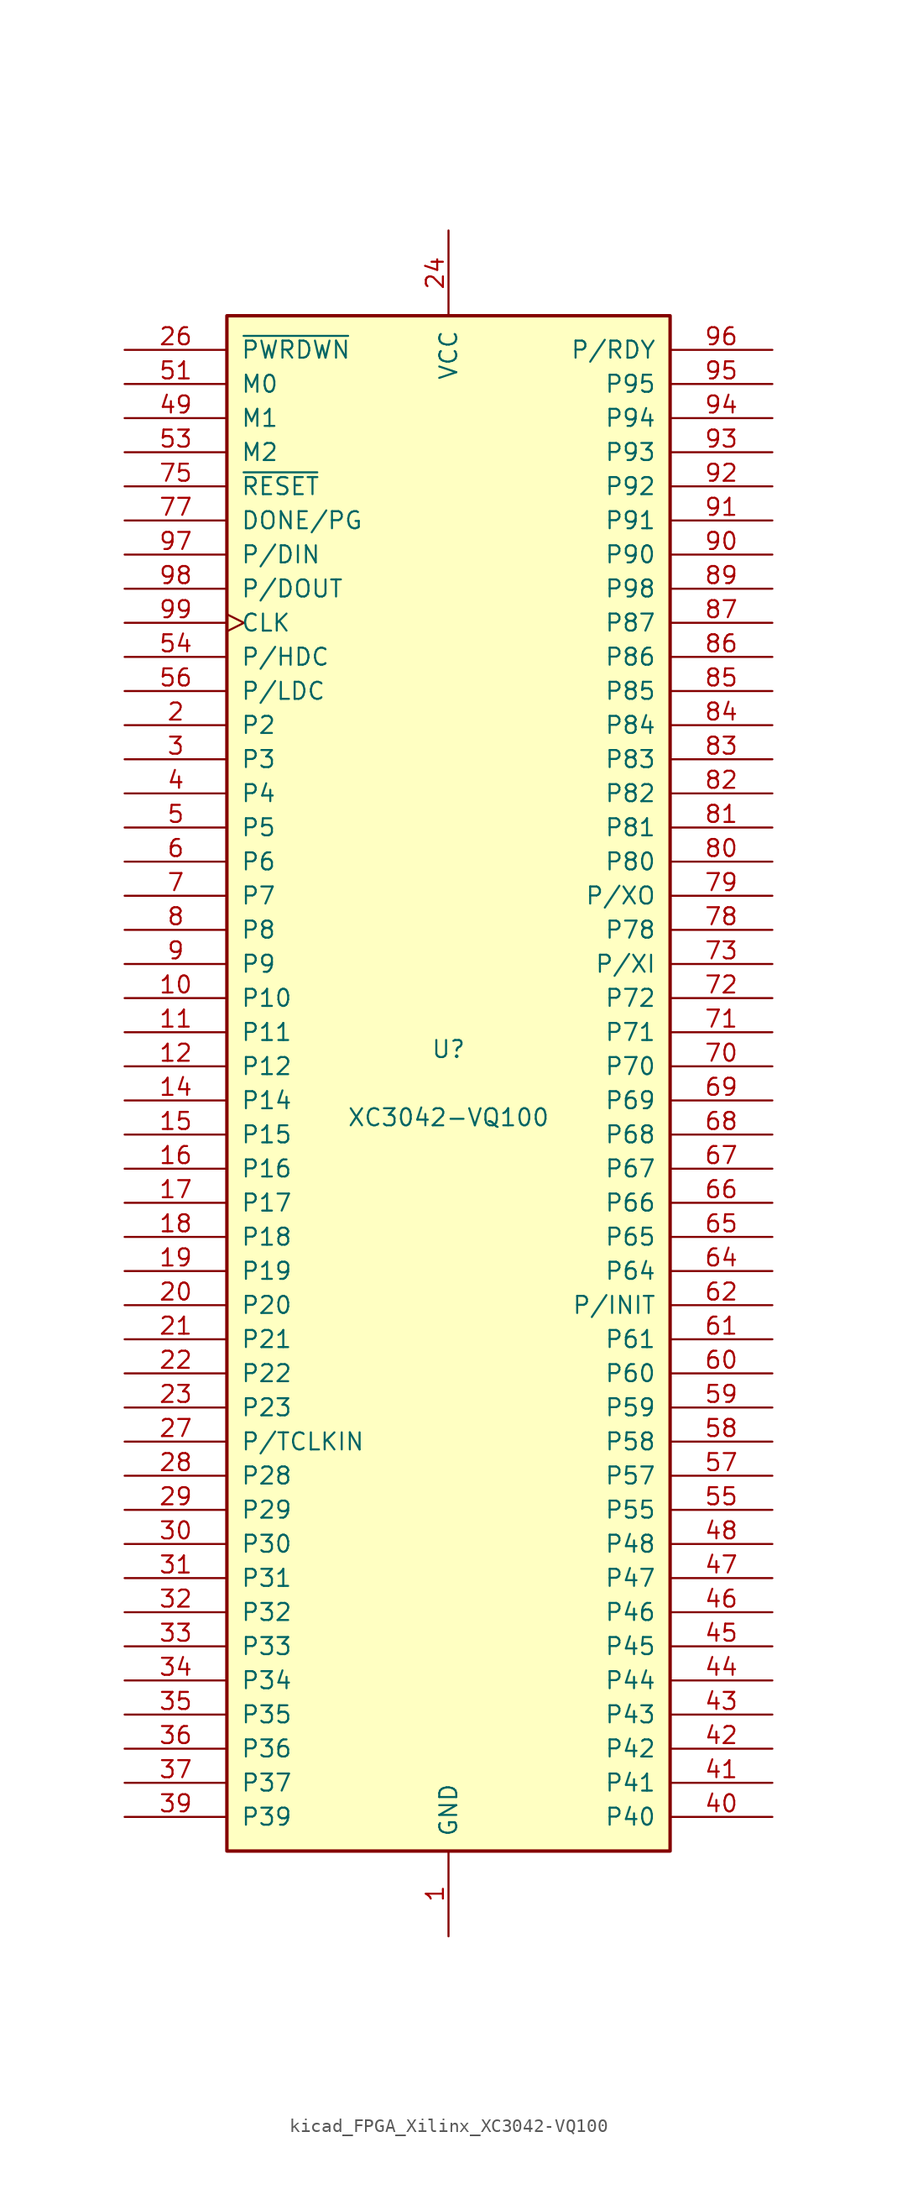
<source format=kicad_sym>
(kicad_symbol_lib
  (version 20220914)
  (generator kicad_symbol_editor)
  (symbol "kicad_FPGA_Xilinx_XC3042-VQ100"
    (pin_names
      (offset 1.016))
    (property "Reference" "U"
      (at 0 2.54 0)
      (effects (font (size 1.27 1.27))))
    (property "Value" "XC3042-VQ100"
      (at 0 -2.54 0)
      (effects (font (size 1.27 1.27))))
    (symbol "kicad_FPGA_Xilinx_XC3042-VQ100_0_1"
      (rectangle (start -16.51 -57.15) (end 16.51 57.15) (stroke (width 0.254) (type default)) (fill (type background))))
    (symbol "kicad_FPGA_Xilinx_XC3042-VQ100_1_1"
      (pin power_in line (at 0 -63.5 90) (length 6.35) (name "GND" (effects (font (size 1.27 1.27)))) (number "1" (effects (font (size 1.27 1.27)))))
      (pin passive line (at -24.13 6.35 0) (length 7.62) (name "P10" (effects (font (size 1.27 1.27)))) (number "10" (effects (font (size 1.27 1.27)))))
      (pin passive line (at 0 63.5 270) (length 6.35) hide (name "VCC" (effects (font (size 1.27 1.27)))) (number "100" (effects (font (size 1.27 1.27)))))
      (pin passive line (at -24.13 3.81 0) (length 7.62) (name "P11" (effects (font (size 1.27 1.27)))) (number "11" (effects (font (size 1.27 1.27)))))
      (pin passive line (at -24.13 1.27 0) (length 7.62) (name "P12" (effects (font (size 1.27 1.27)))) (number "12" (effects (font (size 1.27 1.27)))))
      (pin passive line (at 0 -63.5 90) (length 6.35) hide (name "GND" (effects (font (size 1.27 1.27)))) (number "13" (effects (font (size 1.27 1.27)))))
      (pin passive line (at -24.13 -1.27 0) (length 7.62) (name "P14" (effects (font (size 1.27 1.27)))) (number "14" (effects (font (size 1.27 1.27)))))
      (pin passive line (at -24.13 -3.81 0) (length 7.62) (name "P15" (effects (font (size 1.27 1.27)))) (number "15" (effects (font (size 1.27 1.27)))))
      (pin passive line (at -24.13 -6.35 0) (length 7.62) (name "P16" (effects (font (size 1.27 1.27)))) (number "16" (effects (font (size 1.27 1.27)))))
      (pin passive line (at -24.13 -8.89 0) (length 7.62) (name "P17" (effects (font (size 1.27 1.27)))) (number "17" (effects (font (size 1.27 1.27)))))
      (pin passive line (at -24.13 -11.43 0) (length 7.62) (name "P18" (effects (font (size 1.27 1.27)))) (number "18" (effects (font (size 1.27 1.27)))))
      (pin passive line (at -24.13 -13.97 0) (length 7.62) (name "P19" (effects (font (size 1.27 1.27)))) (number "19" (effects (font (size 1.27 1.27)))))
      (pin passive line (at -24.13 26.67 0) (length 7.62) (name "P2" (effects (font (size 1.27 1.27)))) (number "2" (effects (font (size 1.27 1.27)))))
      (pin passive line (at -24.13 -16.51 0) (length 7.62) (name "P20" (effects (font (size 1.27 1.27)))) (number "20" (effects (font (size 1.27 1.27)))))
      (pin passive line (at -24.13 -19.05 0) (length 7.62) (name "P21" (effects (font (size 1.27 1.27)))) (number "21" (effects (font (size 1.27 1.27)))))
      (pin passive line (at -24.13 -21.59 0) (length 7.62) (name "P22" (effects (font (size 1.27 1.27)))) (number "22" (effects (font (size 1.27 1.27)))))
      (pin passive line (at -24.13 -24.13 0) (length 7.62) (name "P23" (effects (font (size 1.27 1.27)))) (number "23" (effects (font (size 1.27 1.27)))))
      (pin power_in line (at 0 63.5 270) (length 6.35) (name "VCC" (effects (font (size 1.27 1.27)))) (number "24" (effects (font (size 1.27 1.27)))))
      (pin passive line (at 0 -63.5 90) (length 6.35) hide (name "GND" (effects (font (size 1.27 1.27)))) (number "25" (effects (font (size 1.27 1.27)))))
      (pin input line (at -24.13 54.61 0) (length 7.62) (name "~{PWRDWN}" (effects (font (size 1.27 1.27)))) (number "26" (effects (font (size 1.27 1.27)))))
      (pin passive line (at -24.13 -26.67 0) (length 7.62) (name "P/TCLKIN" (effects (font (size 1.27 1.27)))) (number "27" (effects (font (size 1.27 1.27)))))
      (pin passive line (at -24.13 -29.21 0) (length 7.62) (name "P28" (effects (font (size 1.27 1.27)))) (number "28" (effects (font (size 1.27 1.27)))))
      (pin passive line (at -24.13 -31.75 0) (length 7.62) (name "P29" (effects (font (size 1.27 1.27)))) (number "29" (effects (font (size 1.27 1.27)))))
      (pin passive line (at -24.13 24.13 0) (length 7.62) (name "P3" (effects (font (size 1.27 1.27)))) (number "3" (effects (font (size 1.27 1.27)))))
      (pin passive line (at -24.13 -34.29 0) (length 7.62) (name "P30" (effects (font (size 1.27 1.27)))) (number "30" (effects (font (size 1.27 1.27)))))
      (pin passive line (at -24.13 -36.83 0) (length 7.62) (name "P31" (effects (font (size 1.27 1.27)))) (number "31" (effects (font (size 1.27 1.27)))))
      (pin passive line (at -24.13 -39.37 0) (length 7.62) (name "P32" (effects (font (size 1.27 1.27)))) (number "32" (effects (font (size 1.27 1.27)))))
      (pin passive line (at -24.13 -41.91 0) (length 7.62) (name "P33" (effects (font (size 1.27 1.27)))) (number "33" (effects (font (size 1.27 1.27)))))
      (pin passive line (at -24.13 -44.45 0) (length 7.62) (name "P34" (effects (font (size 1.27 1.27)))) (number "34" (effects (font (size 1.27 1.27)))))
      (pin passive line (at -24.13 -46.99 0) (length 7.62) (name "P35" (effects (font (size 1.27 1.27)))) (number "35" (effects (font (size 1.27 1.27)))))
      (pin passive line (at -24.13 -49.53 0) (length 7.62) (name "P36" (effects (font (size 1.27 1.27)))) (number "36" (effects (font (size 1.27 1.27)))))
      (pin passive line (at -24.13 -52.07 0) (length 7.62) (name "P37" (effects (font (size 1.27 1.27)))) (number "37" (effects (font (size 1.27 1.27)))))
      (pin passive line (at 0 63.5 270) (length 6.35) hide (name "VCC" (effects (font (size 1.27 1.27)))) (number "38" (effects (font (size 1.27 1.27)))))
      (pin passive line (at -24.13 -54.61 0) (length 7.62) (name "P39" (effects (font (size 1.27 1.27)))) (number "39" (effects (font (size 1.27 1.27)))))
      (pin passive line (at -24.13 21.59 0) (length 7.62) (name "P4" (effects (font (size 1.27 1.27)))) (number "4" (effects (font (size 1.27 1.27)))))
      (pin passive line (at 24.13 -54.61 180) (length 7.62) (name "P40" (effects (font (size 1.27 1.27)))) (number "40" (effects (font (size 1.27 1.27)))))
      (pin passive line (at 24.13 -52.07 180) (length 7.62) (name "P41" (effects (font (size 1.27 1.27)))) (number "41" (effects (font (size 1.27 1.27)))))
      (pin passive line (at 24.13 -49.53 180) (length 7.62) (name "P42" (effects (font (size 1.27 1.27)))) (number "42" (effects (font (size 1.27 1.27)))))
      (pin passive line (at 24.13 -46.99 180) (length 7.62) (name "P43" (effects (font (size 1.27 1.27)))) (number "43" (effects (font (size 1.27 1.27)))))
      (pin passive line (at 24.13 -44.45 180) (length 7.62) (name "P44" (effects (font (size 1.27 1.27)))) (number "44" (effects (font (size 1.27 1.27)))))
      (pin passive line (at 24.13 -41.91 180) (length 7.62) (name "P45" (effects (font (size 1.27 1.27)))) (number "45" (effects (font (size 1.27 1.27)))))
      (pin passive line (at 24.13 -39.37 180) (length 7.62) (name "P46" (effects (font (size 1.27 1.27)))) (number "46" (effects (font (size 1.27 1.27)))))
      (pin passive line (at 24.13 -36.83 180) (length 7.62) (name "P47" (effects (font (size 1.27 1.27)))) (number "47" (effects (font (size 1.27 1.27)))))
      (pin passive line (at 24.13 -34.29 180) (length 7.62) (name "P48" (effects (font (size 1.27 1.27)))) (number "48" (effects (font (size 1.27 1.27)))))
      (pin input line (at -24.13 49.53 0) (length 7.62) (name "M1" (effects (font (size 1.27 1.27)))) (number "49" (effects (font (size 1.27 1.27)))))
      (pin passive line (at -24.13 19.05 0) (length 7.62) (name "P5" (effects (font (size 1.27 1.27)))) (number "5" (effects (font (size 1.27 1.27)))))
      (pin passive line (at 0 -63.5 90) (length 6.35) hide (name "GND" (effects (font (size 1.27 1.27)))) (number "50" (effects (font (size 1.27 1.27)))))
      (pin input line (at -24.13 52.07 0) (length 7.62) (name "M0" (effects (font (size 1.27 1.27)))) (number "51" (effects (font (size 1.27 1.27)))))
      (pin passive line (at 0 63.5 270) (length 6.35) hide (name "VCC" (effects (font (size 1.27 1.27)))) (number "52" (effects (font (size 1.27 1.27)))))
      (pin passive line (at -24.13 46.99 0) (length 7.62) (name "M2" (effects (font (size 1.27 1.27)))) (number "53" (effects (font (size 1.27 1.27)))))
      (pin passive line (at -24.13 31.75 0) (length 7.62) (name "P/HDC" (effects (font (size 1.27 1.27)))) (number "54" (effects (font (size 1.27 1.27)))))
      (pin passive line (at 24.13 -31.75 180) (length 7.62) (name "P55" (effects (font (size 1.27 1.27)))) (number "55" (effects (font (size 1.27 1.27)))))
      (pin passive line (at -24.13 29.21 0) (length 7.62) (name "P/LDC" (effects (font (size 1.27 1.27)))) (number "56" (effects (font (size 1.27 1.27)))))
      (pin passive line (at 24.13 -29.21 180) (length 7.62) (name "P57" (effects (font (size 1.27 1.27)))) (number "57" (effects (font (size 1.27 1.27)))))
      (pin passive line (at 24.13 -26.67 180) (length 7.62) (name "P58" (effects (font (size 1.27 1.27)))) (number "58" (effects (font (size 1.27 1.27)))))
      (pin passive line (at 24.13 -24.13 180) (length 7.62) (name "P59" (effects (font (size 1.27 1.27)))) (number "59" (effects (font (size 1.27 1.27)))))
      (pin passive line (at -24.13 16.51 0) (length 7.62) (name "P6" (effects (font (size 1.27 1.27)))) (number "6" (effects (font (size 1.27 1.27)))))
      (pin passive line (at 24.13 -21.59 180) (length 7.62) (name "P60" (effects (font (size 1.27 1.27)))) (number "60" (effects (font (size 1.27 1.27)))))
      (pin passive line (at 24.13 -19.05 180) (length 7.62) (name "P61" (effects (font (size 1.27 1.27)))) (number "61" (effects (font (size 1.27 1.27)))))
      (pin passive line (at 24.13 -16.51 180) (length 7.62) (name "P/INIT" (effects (font (size 1.27 1.27)))) (number "62" (effects (font (size 1.27 1.27)))))
      (pin passive line (at 0 -63.5 90) (length 6.35) hide (name "GND" (effects (font (size 1.27 1.27)))) (number "63" (effects (font (size 1.27 1.27)))))
      (pin passive line (at 24.13 -13.97 180) (length 7.62) (name "P64" (effects (font (size 1.27 1.27)))) (number "64" (effects (font (size 1.27 1.27)))))
      (pin passive line (at 24.13 -11.43 180) (length 7.62) (name "P65" (effects (font (size 1.27 1.27)))) (number "65" (effects (font (size 1.27 1.27)))))
      (pin passive line (at 24.13 -8.89 180) (length 7.62) (name "P66" (effects (font (size 1.27 1.27)))) (number "66" (effects (font (size 1.27 1.27)))))
      (pin passive line (at 24.13 -6.35 180) (length 7.62) (name "P67" (effects (font (size 1.27 1.27)))) (number "67" (effects (font (size 1.27 1.27)))))
      (pin passive line (at 24.13 -3.81 180) (length 7.62) (name "P68" (effects (font (size 1.27 1.27)))) (number "68" (effects (font (size 1.27 1.27)))))
      (pin passive line (at 24.13 -1.27 180) (length 7.62) (name "P69" (effects (font (size 1.27 1.27)))) (number "69" (effects (font (size 1.27 1.27)))))
      (pin passive line (at -24.13 13.97 0) (length 7.62) (name "P7" (effects (font (size 1.27 1.27)))) (number "7" (effects (font (size 1.27 1.27)))))
      (pin passive line (at 24.13 1.27 180) (length 7.62) (name "P70" (effects (font (size 1.27 1.27)))) (number "70" (effects (font (size 1.27 1.27)))))
      (pin passive line (at 24.13 3.81 180) (length 7.62) (name "P71" (effects (font (size 1.27 1.27)))) (number "71" (effects (font (size 1.27 1.27)))))
      (pin passive line (at 24.13 6.35 180) (length 7.62) (name "P72" (effects (font (size 1.27 1.27)))) (number "72" (effects (font (size 1.27 1.27)))))
      (pin passive line (at 24.13 8.89 180) (length 7.62) (name "P/XI" (effects (font (size 1.27 1.27)))) (number "73" (effects (font (size 1.27 1.27)))))
      (pin passive line (at 0 -63.5 90) (length 6.35) hide (name "GND" (effects (font (size 1.27 1.27)))) (number "74" (effects (font (size 1.27 1.27)))))
      (pin input line (at -24.13 44.45 0) (length 7.62) (name "~{RESET}" (effects (font (size 1.27 1.27)))) (number "75" (effects (font (size 1.27 1.27)))))
      (pin passive line (at 0 63.5 270) (length 6.35) hide (name "VCC" (effects (font (size 1.27 1.27)))) (number "76" (effects (font (size 1.27 1.27)))))
      (pin open_collector line (at -24.13 41.91 0) (length 7.62) (name "DONE/PG" (effects (font (size 1.27 1.27)))) (number "77" (effects (font (size 1.27 1.27)))))
      (pin passive line (at 24.13 11.43 180) (length 7.62) (name "P78" (effects (font (size 1.27 1.27)))) (number "78" (effects (font (size 1.27 1.27)))))
      (pin passive line (at 24.13 13.97 180) (length 7.62) (name "P/XO" (effects (font (size 1.27 1.27)))) (number "79" (effects (font (size 1.27 1.27)))))
      (pin passive line (at -24.13 11.43 0) (length 7.62) (name "P8" (effects (font (size 1.27 1.27)))) (number "8" (effects (font (size 1.27 1.27)))))
      (pin passive line (at 24.13 16.51 180) (length 7.62) (name "P80" (effects (font (size 1.27 1.27)))) (number "80" (effects (font (size 1.27 1.27)))))
      (pin passive line (at 24.13 19.05 180) (length 7.62) (name "P81" (effects (font (size 1.27 1.27)))) (number "81" (effects (font (size 1.27 1.27)))))
      (pin passive line (at 24.13 21.59 180) (length 7.62) (name "P82" (effects (font (size 1.27 1.27)))) (number "82" (effects (font (size 1.27 1.27)))))
      (pin passive line (at 24.13 24.13 180) (length 7.62) (name "P83" (effects (font (size 1.27 1.27)))) (number "83" (effects (font (size 1.27 1.27)))))
      (pin passive line (at 24.13 26.67 180) (length 7.62) (name "P84" (effects (font (size 1.27 1.27)))) (number "84" (effects (font (size 1.27 1.27)))))
      (pin passive line (at 24.13 29.21 180) (length 7.62) (name "P85" (effects (font (size 1.27 1.27)))) (number "85" (effects (font (size 1.27 1.27)))))
      (pin passive line (at 24.13 31.75 180) (length 7.62) (name "P86" (effects (font (size 1.27 1.27)))) (number "86" (effects (font (size 1.27 1.27)))))
      (pin passive line (at 24.13 34.29 180) (length 7.62) (name "P87" (effects (font (size 1.27 1.27)))) (number "87" (effects (font (size 1.27 1.27)))))
      (pin passive line (at 0 63.5 270) (length 6.35) hide (name "VCC" (effects (font (size 1.27 1.27)))) (number "88" (effects (font (size 1.27 1.27)))))
      (pin passive line (at 24.13 36.83 180) (length 7.62) (name "P98" (effects (font (size 1.27 1.27)))) (number "89" (effects (font (size 1.27 1.27)))))
      (pin passive line (at -24.13 8.89 0) (length 7.62) (name "P9" (effects (font (size 1.27 1.27)))) (number "9" (effects (font (size 1.27 1.27)))))
      (pin passive line (at 24.13 39.37 180) (length 7.62) (name "P90" (effects (font (size 1.27 1.27)))) (number "90" (effects (font (size 1.27 1.27)))))
      (pin passive line (at 24.13 41.91 180) (length 7.62) (name "P91" (effects (font (size 1.27 1.27)))) (number "91" (effects (font (size 1.27 1.27)))))
      (pin passive line (at 24.13 44.45 180) (length 7.62) (name "P92" (effects (font (size 1.27 1.27)))) (number "92" (effects (font (size 1.27 1.27)))))
      (pin passive line (at 24.13 46.99 180) (length 7.62) (name "P93" (effects (font (size 1.27 1.27)))) (number "93" (effects (font (size 1.27 1.27)))))
      (pin passive line (at 24.13 49.53 180) (length 7.62) (name "P94" (effects (font (size 1.27 1.27)))) (number "94" (effects (font (size 1.27 1.27)))))
      (pin passive line (at 24.13 52.07 180) (length 7.62) (name "P95" (effects (font (size 1.27 1.27)))) (number "95" (effects (font (size 1.27 1.27)))))
      (pin passive line (at 24.13 54.61 180) (length 7.62) (name "P/RDY" (effects (font (size 1.27 1.27)))) (number "96" (effects (font (size 1.27 1.27)))))
      (pin passive line (at -24.13 39.37 0) (length 7.62) (name "P/DIN" (effects (font (size 1.27 1.27)))) (number "97" (effects (font (size 1.27 1.27)))))
      (pin passive line (at -24.13 36.83 0) (length 7.62) (name "P/DOUT" (effects (font (size 1.27 1.27)))) (number "98" (effects (font (size 1.27 1.27)))))
      (pin bidirectional clock (at -24.13 34.29 0) (length 7.62) (name "CLK" (effects (font (size 1.27 1.27)))) (number "99" (effects (font (size 1.27 1.27))))))))
</source>
